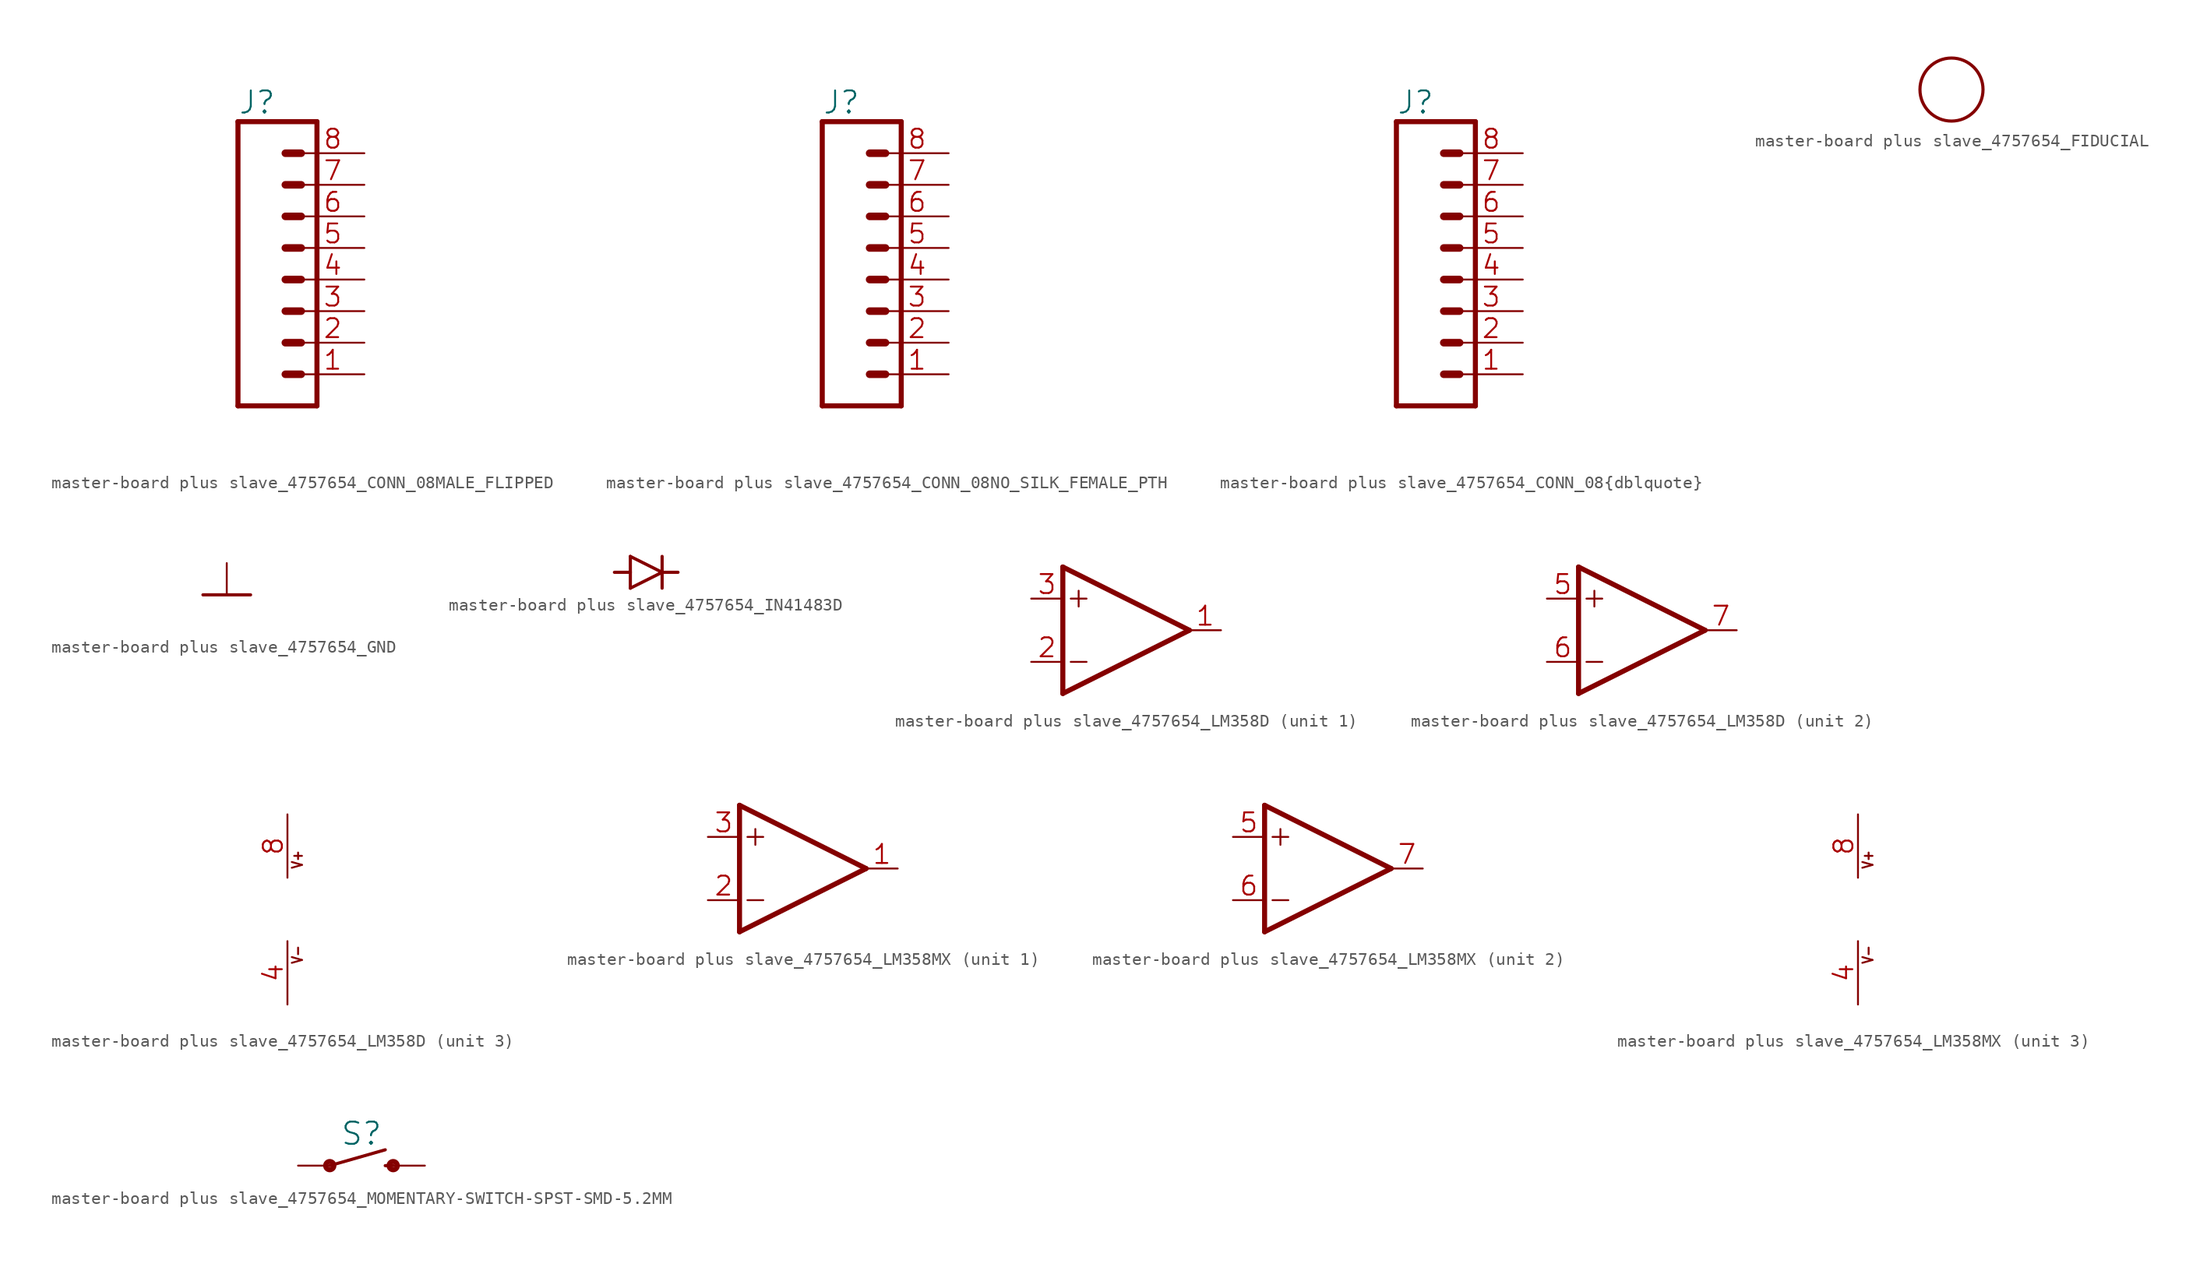
<source format=kicad_sym>
(kicad_symbol_lib
  (version 20241209)
  (generator "kicad_symbol_editor")
  (generator_version "9.0")
  (symbol "master-board plus slave_4757654_CONN_08MALE_FLIPPED"
    (property "Reference" "J"
      (at -5.08 13.208 0)
      (effects (font (size 1.778 1.778)) (justify left bottom)))
    (property "Value" ""
      (at -5.08 -12.446 0)
      (effects (font (size 1.778 1.778)) (justify left bottom)))
    (property "ki_locked" ""
      (at 0 0 0)
      (effects (font (size 1.27 1.27))))
    (symbol "master-board plus slave_4757654_CONN_08MALE_FLIPPED_1_0"
      (polyline (pts (xy -5.08 12.7) (xy -5.08 -10.16)) (stroke (width 0.406) (type solid)) (fill (type none)))
      (polyline (pts (xy -5.08 12.7) (xy 1.27 12.7)) (stroke (width 0.406) (type solid)) (fill (type none)))
      (polyline (pts (xy -1.27 10.16) (xy 0 10.16)) (stroke (width 0.61) (type solid)) (fill (type none)))
      (polyline (pts (xy -1.27 7.62) (xy 0 7.62)) (stroke (width 0.61) (type solid)) (fill (type none)))
      (polyline (pts (xy -1.27 5.08) (xy 0 5.08)) (stroke (width 0.61) (type solid)) (fill (type none)))
      (polyline (pts (xy -1.27 2.54) (xy 0 2.54)) (stroke (width 0.61) (type solid)) (fill (type none)))
      (polyline (pts (xy -1.27 0) (xy 0 0)) (stroke (width 0.61) (type solid)) (fill (type none)))
      (polyline (pts (xy -1.27 -2.54) (xy 0 -2.54)) (stroke (width 0.61) (type solid)) (fill (type none)))
      (polyline (pts (xy -1.27 -5.08) (xy 0 -5.08)) (stroke (width 0.61) (type solid)) (fill (type none)))
      (polyline (pts (xy -1.27 -7.62) (xy 0 -7.62)) (stroke (width 0.61) (type solid)) (fill (type none)))
      (polyline (pts (xy 1.27 -10.16) (xy -5.08 -10.16)) (stroke (width 0.406) (type solid)) (fill (type none)))
      (polyline (pts (xy 1.27 -10.16) (xy 1.27 12.7)) (stroke (width 0.406) (type solid)) (fill (type none)))
      (pin passive line (at 5.08 10.16 180) (length 5.08) (name "8" (effects (font (size 0 0)))) (number "8" (effects (font (size 1.524 1.524)))))
      (pin passive line (at 5.08 7.62 180) (length 5.08) (name "7" (effects (font (size 0 0)))) (number "7" (effects (font (size 1.524 1.524)))))
      (pin passive line (at 5.08 5.08 180) (length 5.08) (name "6" (effects (font (size 0 0)))) (number "6" (effects (font (size 1.524 1.524)))))
      (pin passive line (at 5.08 2.54 180) (length 5.08) (name "5" (effects (font (size 0 0)))) (number "5" (effects (font (size 1.524 1.524)))))
      (pin passive line (at 5.08 0 180) (length 5.08) (name "4" (effects (font (size 0 0)))) (number "4" (effects (font (size 1.524 1.524)))))
      (pin passive line (at 5.08 -2.54 180) (length 5.08) (name "3" (effects (font (size 0 0)))) (number "3" (effects (font (size 1.524 1.524)))))
      (pin passive line (at 5.08 -5.08 180) (length 5.08) (name "2" (effects (font (size 0 0)))) (number "2" (effects (font (size 1.524 1.524)))))
      (pin passive line (at 5.08 -7.62 180) (length 5.08) (name "1" (effects (font (size 0 0)))) (number "1" (effects (font (size 1.524 1.524)))))))
  (symbol "master-board plus slave_4757654_CONN_08NO_SILK_FEMALE_PTH"
    (property "Reference" "J"
      (at -5.08 13.208 0)
      (effects (font (size 1.778 1.778)) (justify left bottom)))
    (property "Value" ""
      (at -5.08 -12.446 0)
      (effects (font (size 1.778 1.778)) (justify left bottom)))
    (property "ki_locked" ""
      (at 0 0 0)
      (effects (font (size 1.27 1.27))))
    (symbol "master-board plus slave_4757654_CONN_08NO_SILK_FEMALE_PTH_1_0"
      (polyline (pts (xy -5.08 12.7) (xy -5.08 -10.16)) (stroke (width 0.406) (type solid)) (fill (type none)))
      (polyline (pts (xy -5.08 12.7) (xy 1.27 12.7)) (stroke (width 0.406) (type solid)) (fill (type none)))
      (polyline (pts (xy -1.27 10.16) (xy 0 10.16)) (stroke (width 0.61) (type solid)) (fill (type none)))
      (polyline (pts (xy -1.27 7.62) (xy 0 7.62)) (stroke (width 0.61) (type solid)) (fill (type none)))
      (polyline (pts (xy -1.27 5.08) (xy 0 5.08)) (stroke (width 0.61) (type solid)) (fill (type none)))
      (polyline (pts (xy -1.27 2.54) (xy 0 2.54)) (stroke (width 0.61) (type solid)) (fill (type none)))
      (polyline (pts (xy -1.27 0) (xy 0 0)) (stroke (width 0.61) (type solid)) (fill (type none)))
      (polyline (pts (xy -1.27 -2.54) (xy 0 -2.54)) (stroke (width 0.61) (type solid)) (fill (type none)))
      (polyline (pts (xy -1.27 -5.08) (xy 0 -5.08)) (stroke (width 0.61) (type solid)) (fill (type none)))
      (polyline (pts (xy -1.27 -7.62) (xy 0 -7.62)) (stroke (width 0.61) (type solid)) (fill (type none)))
      (polyline (pts (xy 1.27 -10.16) (xy -5.08 -10.16)) (stroke (width 0.406) (type solid)) (fill (type none)))
      (polyline (pts (xy 1.27 -10.16) (xy 1.27 12.7)) (stroke (width 0.406) (type solid)) (fill (type none)))
      (pin passive line (at 5.08 10.16 180) (length 5.08) (name "8" (effects (font (size 0 0)))) (number "8" (effects (font (size 1.524 1.524)))))
      (pin passive line (at 5.08 7.62 180) (length 5.08) (name "7" (effects (font (size 0 0)))) (number "7" (effects (font (size 1.524 1.524)))))
      (pin passive line (at 5.08 5.08 180) (length 5.08) (name "6" (effects (font (size 0 0)))) (number "6" (effects (font (size 1.524 1.524)))))
      (pin passive line (at 5.08 2.54 180) (length 5.08) (name "5" (effects (font (size 0 0)))) (number "5" (effects (font (size 1.524 1.524)))))
      (pin passive line (at 5.08 0 180) (length 5.08) (name "4" (effects (font (size 0 0)))) (number "4" (effects (font (size 1.524 1.524)))))
      (pin passive line (at 5.08 -2.54 180) (length 5.08) (name "3" (effects (font (size 0 0)))) (number "3" (effects (font (size 1.524 1.524)))))
      (pin passive line (at 5.08 -5.08 180) (length 5.08) (name "2" (effects (font (size 0 0)))) (number "2" (effects (font (size 1.524 1.524)))))
      (pin passive line (at 5.08 -7.62 180) (length 5.08) (name "1" (effects (font (size 0 0)))) (number "1" (effects (font (size 1.524 1.524)))))))
  (symbol "master-board plus slave_4757654_CONN_08{dblquote}"
    (property "Reference" "J"
      (at -5.08 13.208 0)
      (effects (font (size 1.778 1.778)) (justify left bottom)))
    (property "Value" ""
      (at -5.08 -12.446 0)
      (effects (font (size 1.778 1.778)) (justify left bottom)))
    (property "ki_locked" ""
      (at 0 0 0)
      (effects (font (size 1.27 1.27))))
    (symbol "master-board plus slave_4757654_CONN_08{dblquote}_1_0"
      (polyline (pts (xy -5.08 12.7) (xy -5.08 -10.16)) (stroke (width 0.406) (type solid)) (fill (type none)))
      (polyline (pts (xy -5.08 12.7) (xy 1.27 12.7)) (stroke (width 0.406) (type solid)) (fill (type none)))
      (polyline (pts (xy -1.27 10.16) (xy 0 10.16)) (stroke (width 0.61) (type solid)) (fill (type none)))
      (polyline (pts (xy -1.27 7.62) (xy 0 7.62)) (stroke (width 0.61) (type solid)) (fill (type none)))
      (polyline (pts (xy -1.27 5.08) (xy 0 5.08)) (stroke (width 0.61) (type solid)) (fill (type none)))
      (polyline (pts (xy -1.27 2.54) (xy 0 2.54)) (stroke (width 0.61) (type solid)) (fill (type none)))
      (polyline (pts (xy -1.27 0) (xy 0 0)) (stroke (width 0.61) (type solid)) (fill (type none)))
      (polyline (pts (xy -1.27 -2.54) (xy 0 -2.54)) (stroke (width 0.61) (type solid)) (fill (type none)))
      (polyline (pts (xy -1.27 -5.08) (xy 0 -5.08)) (stroke (width 0.61) (type solid)) (fill (type none)))
      (polyline (pts (xy -1.27 -7.62) (xy 0 -7.62)) (stroke (width 0.61) (type solid)) (fill (type none)))
      (polyline (pts (xy 1.27 -10.16) (xy -5.08 -10.16)) (stroke (width 0.406) (type solid)) (fill (type none)))
      (polyline (pts (xy 1.27 -10.16) (xy 1.27 12.7)) (stroke (width 0.406) (type solid)) (fill (type none)))
      (pin passive line (at 5.08 10.16 180) (length 5.08) (name "8" (effects (font (size 0 0)))) (number "8" (effects (font (size 1.524 1.524)))))
      (pin passive line (at 5.08 7.62 180) (length 5.08) (name "7" (effects (font (size 0 0)))) (number "7" (effects (font (size 1.524 1.524)))))
      (pin passive line (at 5.08 5.08 180) (length 5.08) (name "6" (effects (font (size 0 0)))) (number "6" (effects (font (size 1.524 1.524)))))
      (pin passive line (at 5.08 2.54 180) (length 5.08) (name "5" (effects (font (size 0 0)))) (number "5" (effects (font (size 1.524 1.524)))))
      (pin passive line (at 5.08 0 180) (length 5.08) (name "4" (effects (font (size 0 0)))) (number "4" (effects (font (size 1.524 1.524)))))
      (pin passive line (at 5.08 -2.54 180) (length 5.08) (name "3" (effects (font (size 0 0)))) (number "3" (effects (font (size 1.524 1.524)))))
      (pin passive line (at 5.08 -5.08 180) (length 5.08) (name "2" (effects (font (size 0 0)))) (number "2" (effects (font (size 1.524 1.524)))))
      (pin passive line (at 5.08 -7.62 180) (length 5.08) (name "1" (effects (font (size 0 0)))) (number "1" (effects (font (size 1.524 1.524)))))))
  (symbol "master-board plus slave_4757654_FIDUCIAL"
    (property "Reference" ""
      (at 0 0 0)
      (effects (font (size 1.27 1.27)) (hide yes)))
    (property "ki_locked" ""
      (at 0 0 0)
      (effects (font (size 1.27 1.27))))
    (symbol "master-board plus slave_4757654_FIDUCIAL_1_0"
      (circle (center 0 0) (radius 2.54) (stroke (width 0.254) (type solid)) (fill (type none)))))
  (symbol "master-board plus slave_4757654_GND"
    (power)
    (property "Reference" "#GND"
      (at 0 0 0)
      (effects (font (size 1.27 1.27)) (hide yes)))
    (property "Value" ""
      (at -2.54 -2.54 0)
      (effects (font (size 1.778 1.511)) (justify left bottom)))
    (property "ki_locked" ""
      (at 0 0 0)
      (effects (font (size 1.27 1.27))))
    (symbol "master-board plus slave_4757654_GND_1_0"
      (polyline (pts (xy -1.905 0) (xy 1.905 0)) (stroke (width 0.254) (type solid)) (fill (type none)))
      (pin power_in line (at 0 2.54 270) (length 2.54) (name "GND" (effects (font (size 0 0)))) (number "1" (effects (font (size 0 0)))))))
  (symbol "master-board plus slave_4757654_IN41483D"
    (property "Reference" ""
      (at 0 0 0)
      (effects (font (size 1.27 1.27)) (hide yes)))
    (property "ki_locked" ""
      (at 0 0 0)
      (effects (font (size 1.27 1.27))))
    (symbol "master-board plus slave_4757654_IN41483D_1_0"
      (polyline (pts (xy -2.54 0) (xy -1.27 0)) (stroke (width 0.254) (type solid)) (fill (type none)))
      (polyline (pts (xy -1.27 -1.27) (xy -1.27 1.27)) (stroke (width 0.254) (type solid)) (fill (type none)))
      (polyline (pts (xy -1.27 -1.27) (xy 1.27 0)) (stroke (width 0.254) (type solid)) (fill (type none)))
      (polyline (pts (xy 1.27 1.27) (xy 1.27 0)) (stroke (width 0.254) (type solid)) (fill (type none)))
      (polyline (pts (xy 1.27 0) (xy -1.27 1.27)) (stroke (width 0.254) (type solid)) (fill (type none)))
      (polyline (pts (xy 1.27 0) (xy 1.27 -1.27)) (stroke (width 0.254) (type solid)) (fill (type none)))
      (polyline (pts (xy 2.54 0) (xy 1.27 0)) (stroke (width 0.254) (type solid)) (fill (type none)))
      (pin bidirectional line (at -2.54 0 180) (length 0) (name "P$2" (effects (font (size 0 0)))) (number "2" (effects (font (size 0 0)))))
      (pin bidirectional line (at 2.54 0 180) (length 0) (name "P$1" (effects (font (size 0 0)))) (number "1" (effects (font (size 0 0)))))))
  (symbol "master-board plus slave_4757654_LM358D"
    (property "Reference" "IC"
      (at 2.54 3.175 0)
      (effects (font (size 1.778 1.511)) (justify left bottom) (hide yes)))
    (property "ki_locked" ""
      (at 0 0 0)
      (effects (font (size 1.27 1.27))))
    (symbol "master-board plus slave_4757654_LM358D_1_0"
      (polyline (pts (xy -5.08 5.08) (xy -5.08 -5.08)) (stroke (width 0.406) (type solid)) (fill (type none)))
      (polyline (pts (xy -5.08 -5.08) (xy 5.08 0)) (stroke (width 0.406) (type solid)) (fill (type none)))
      (polyline (pts (xy -4.445 2.54) (xy -3.175 2.54)) (stroke (width 0.152) (type solid)) (fill (type none)))
      (polyline (pts (xy -4.445 -2.54) (xy -3.175 -2.54)) (stroke (width 0.152) (type solid)) (fill (type none)))
      (polyline (pts (xy -3.81 3.175) (xy -3.81 1.905)) (stroke (width 0.152) (type solid)) (fill (type none)))
      (polyline (pts (xy 5.08 0) (xy -5.08 5.08)) (stroke (width 0.406) (type solid)) (fill (type none)))
      (pin input line (at -7.62 2.54 0) (length 2.54) (name "+IN" (effects (font (size 0 0)))) (number "3" (effects (font (size 1.524 1.524)))))
      (pin input line (at -7.62 -2.54 0) (length 2.54) (name "-IN" (effects (font (size 0 0)))) (number "2" (effects (font (size 1.524 1.524)))))
      (pin output line (at 7.62 0 180) (length 2.54) (name "OUT" (effects (font (size 0 0)))) (number "1" (effects (font (size 1.524 1.524))))))
    (symbol "master-board plus slave_4757654_LM358D_2_0"
      (polyline (pts (xy -5.08 5.08) (xy -5.08 -5.08)) (stroke (width 0.406) (type solid)) (fill (type none)))
      (polyline (pts (xy -5.08 -5.08) (xy 5.08 0)) (stroke (width 0.406) (type solid)) (fill (type none)))
      (polyline (pts (xy -4.445 2.54) (xy -3.175 2.54)) (stroke (width 0.152) (type solid)) (fill (type none)))
      (polyline (pts (xy -4.445 -2.54) (xy -3.175 -2.54)) (stroke (width 0.152) (type solid)) (fill (type none)))
      (polyline (pts (xy -3.81 3.175) (xy -3.81 1.905)) (stroke (width 0.152) (type solid)) (fill (type none)))
      (polyline (pts (xy 5.08 0) (xy -5.08 5.08)) (stroke (width 0.406) (type solid)) (fill (type none)))
      (pin input line (at -7.62 2.54 0) (length 2.54) (name "+IN" (effects (font (size 0 0)))) (number "5" (effects (font (size 1.524 1.524)))))
      (pin input line (at -7.62 -2.54 0) (length 2.54) (name "-IN" (effects (font (size 0 0)))) (number "6" (effects (font (size 1.524 1.524)))))
      (pin output line (at 7.62 0 180) (length 2.54) (name "OUT" (effects (font (size 0 0)))) (number "7" (effects (font (size 1.524 1.524))))))
    (symbol "master-board plus slave_4757654_LM358D_3_0"
      (text "V+" (at 1.27 3.175 900) (effects (font (size 0.813 0.691)) (justify left bottom)))
      (text "V-" (at 1.27 -4.445 900) (effects (font (size 0.813 0.691)) (justify left bottom)))
      (pin power_in line (at 0 7.62 270) (length 5.08) (name "V+" (effects (font (size 0 0)))) (number "8" (effects (font (size 1.524 1.524)))))
      (pin power_in line (at 0 -7.62 90) (length 5.08) (name "V-" (effects (font (size 0 0)))) (number "4" (effects (font (size 1.524 1.524)))))))
  (symbol "master-board plus slave_4757654_LM358MX"
    (property "Reference" "IC"
      (at 2.54 3.175 0)
      (effects (font (size 1.778 1.511)) (justify left bottom) (hide yes)))
    (property "ki_locked" ""
      (at 0 0 0)
      (effects (font (size 1.27 1.27))))
    (symbol "master-board plus slave_4757654_LM358MX_1_0"
      (polyline (pts (xy -5.08 5.08) (xy -5.08 -5.08)) (stroke (width 0.406) (type solid)) (fill (type none)))
      (polyline (pts (xy -5.08 -5.08) (xy 5.08 0)) (stroke (width 0.406) (type solid)) (fill (type none)))
      (polyline (pts (xy -4.445 2.54) (xy -3.175 2.54)) (stroke (width 0.152) (type solid)) (fill (type none)))
      (polyline (pts (xy -4.445 -2.54) (xy -3.175 -2.54)) (stroke (width 0.152) (type solid)) (fill (type none)))
      (polyline (pts (xy -3.81 3.175) (xy -3.81 1.905)) (stroke (width 0.152) (type solid)) (fill (type none)))
      (polyline (pts (xy 5.08 0) (xy -5.08 5.08)) (stroke (width 0.406) (type solid)) (fill (type none)))
      (pin input line (at -7.62 2.54 0) (length 2.54) (name "+IN" (effects (font (size 0 0)))) (number "3" (effects (font (size 1.524 1.524)))))
      (pin input line (at -7.62 -2.54 0) (length 2.54) (name "-IN" (effects (font (size 0 0)))) (number "2" (effects (font (size 1.524 1.524)))))
      (pin output line (at 7.62 0 180) (length 2.54) (name "OUT" (effects (font (size 0 0)))) (number "1" (effects (font (size 1.524 1.524))))))
    (symbol "master-board plus slave_4757654_LM358MX_2_0"
      (polyline (pts (xy -5.08 5.08) (xy -5.08 -5.08)) (stroke (width 0.406) (type solid)) (fill (type none)))
      (polyline (pts (xy -5.08 -5.08) (xy 5.08 0)) (stroke (width 0.406) (type solid)) (fill (type none)))
      (polyline (pts (xy -4.445 2.54) (xy -3.175 2.54)) (stroke (width 0.152) (type solid)) (fill (type none)))
      (polyline (pts (xy -4.445 -2.54) (xy -3.175 -2.54)) (stroke (width 0.152) (type solid)) (fill (type none)))
      (polyline (pts (xy -3.81 3.175) (xy -3.81 1.905)) (stroke (width 0.152) (type solid)) (fill (type none)))
      (polyline (pts (xy 5.08 0) (xy -5.08 5.08)) (stroke (width 0.406) (type solid)) (fill (type none)))
      (pin input line (at -7.62 2.54 0) (length 2.54) (name "+IN" (effects (font (size 0 0)))) (number "5" (effects (font (size 1.524 1.524)))))
      (pin input line (at -7.62 -2.54 0) (length 2.54) (name "-IN" (effects (font (size 0 0)))) (number "6" (effects (font (size 1.524 1.524)))))
      (pin output line (at 7.62 0 180) (length 2.54) (name "OUT" (effects (font (size 0 0)))) (number "7" (effects (font (size 1.524 1.524))))))
    (symbol "master-board plus slave_4757654_LM358MX_3_0"
      (text "V+" (at 1.27 3.175 900) (effects (font (size 0.813 0.691)) (justify left bottom)))
      (text "V-" (at 1.27 -4.445 900) (effects (font (size 0.813 0.691)) (justify left bottom)))
      (pin power_in line (at 0 7.62 270) (length 5.08) (name "V+" (effects (font (size 0 0)))) (number "8" (effects (font (size 1.524 1.524)))))
      (pin power_in line (at 0 -7.62 90) (length 5.08) (name "V-" (effects (font (size 0 0)))) (number "4" (effects (font (size 1.524 1.524)))))))
  (symbol "master-board plus slave_4757654_MOMENTARY-SWITCH-SPST-SMD-5.2MM"
    (property "Reference" "S"
      (at 0 1.524 0)
      (effects (font (size 1.778 1.778)) (justify bottom)))
    (property "Value" ""
      (at 0 -0.508 0)
      (effects (font (size 1.778 1.778)) (justify top)))
    (property "ki_locked" ""
      (at 0 0 0)
      (effects (font (size 1.27 1.27))))
    (symbol "master-board plus slave_4757654_MOMENTARY-SWITCH-SPST-SMD-5.2MM_1_0"
      (circle (center -2.54 0) (radius 0.127) (stroke (width 0.406) (type solid)) (fill (type none)))
      (polyline (pts (xy -2.54 0) (xy 1.905 1.27)) (stroke (width 0.254) (type solid)) (fill (type none)))
      (polyline (pts (xy 1.905 0) (xy 2.54 0)) (stroke (width 0.254) (type solid)) (fill (type none)))
      (circle (center 2.54 0) (radius 0.127) (stroke (width 0.406) (type solid)) (fill (type none)))
      (pin passive line (at -5.08 0 0) (length 2.54) (name "1" (effects (font (size 0 0)))) (number "1" (effects (font (size 0 0)))))
      (pin passive line (at 5.08 0 180) (length 2.54) (name "2" (effects (font (size 0 0)))) (number "3" (effects (font (size 0 0))))))))
</source>
